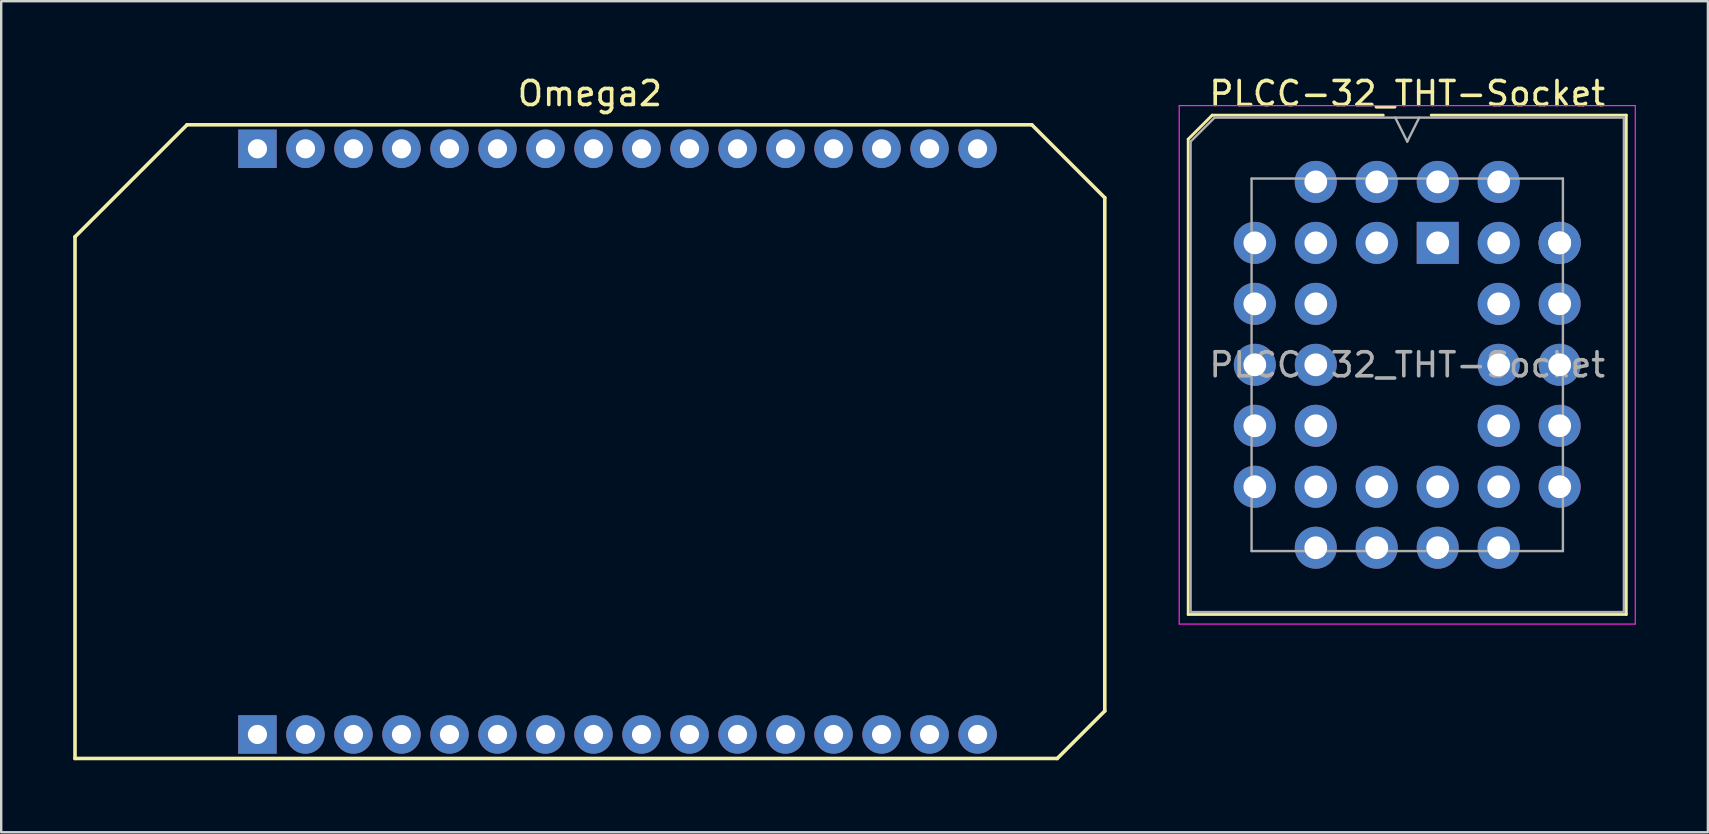
<source format=kicad_pcb>
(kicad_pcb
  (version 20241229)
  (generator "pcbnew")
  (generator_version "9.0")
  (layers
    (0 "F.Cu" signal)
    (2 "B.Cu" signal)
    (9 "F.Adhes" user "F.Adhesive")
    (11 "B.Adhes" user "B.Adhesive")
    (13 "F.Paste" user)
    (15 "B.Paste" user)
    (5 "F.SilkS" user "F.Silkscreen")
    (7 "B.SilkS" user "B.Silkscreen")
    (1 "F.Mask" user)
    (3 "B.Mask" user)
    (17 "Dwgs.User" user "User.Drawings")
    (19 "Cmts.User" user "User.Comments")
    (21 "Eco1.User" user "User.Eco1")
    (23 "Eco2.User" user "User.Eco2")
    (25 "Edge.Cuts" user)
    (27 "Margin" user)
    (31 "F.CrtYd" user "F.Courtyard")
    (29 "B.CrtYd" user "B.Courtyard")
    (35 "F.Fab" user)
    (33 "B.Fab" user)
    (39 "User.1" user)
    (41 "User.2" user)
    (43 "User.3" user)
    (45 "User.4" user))
  (footprint "PLCC-32_THT-Socket"
    (layer "F.Cu")
    (at 56.845 7.068)
    (property "Reference" "PLCC-32_THT-Socket" (at -1.27 -6.22 0) (layer "F.SilkS") (effects (font (size 1 1) (thickness 0.15))))
    (attr through_hole)
    (fp_line (start -10.395 -4.32) (end -10.395 15.48) (stroke (width 0.12) (type solid)) (layer "F.SilkS"))
    (fp_line (start -10.395 15.48) (end 7.855 15.48) (stroke (width 0.12) (type solid)) (layer "F.SilkS"))
    (fp_line (start -9.395 -5.32) (end -10.395 -4.32) (stroke (width 0.12) (type solid)) (layer "F.SilkS"))
    (fp_line (start -2.27 -5.32) (end -9.395 -5.32) (stroke (width 0.12) (type solid)) (layer "F.SilkS"))
    (fp_line (start 7.855 -5.32) (end -0.27 -5.32) (stroke (width 0.12) (type solid)) (layer "F.SilkS"))
    (fp_line (start 7.855 15.48) (end 7.855 -5.32) (stroke (width 0.12) (type solid)) (layer "F.SilkS"))
    (fp_line (start -10.77 -5.72) (end -10.77 15.88) (stroke (width 0.05) (type solid)) (layer "F.CrtYd"))
    (fp_line (start -10.77 15.88) (end 8.23 15.88) (stroke (width 0.05) (type solid)) (layer "F.CrtYd"))
    (fp_line (start 8.23 -5.72) (end -10.77 -5.72) (stroke (width 0.05) (type solid)) (layer "F.CrtYd"))
    (fp_line (start 8.23 15.88) (end 8.23 -5.72) (stroke (width 0.05) (type solid)) (layer "F.CrtYd"))
    (fp_line (start -10.295 -4.22) (end -10.295 15.38) (stroke (width 0.1) (type solid)) (layer "F.Fab"))
    (fp_line (start -10.295 15.38) (end 7.755 15.38) (stroke (width 0.1) (type solid)) (layer "F.Fab"))
    (fp_line (start -9.295 -5.22) (end -10.295 -4.22) (stroke (width 0.1) (type solid)) (layer "F.Fab"))
    (fp_line (start -7.755 -2.68) (end -7.755 12.84) (stroke (width 0.1) (type solid)) (layer "F.Fab"))
    (fp_line (start -7.755 12.84) (end 5.215 12.84) (stroke (width 0.1) (type solid)) (layer "F.Fab"))
    (fp_line (start -1.77 -5.22) (end -1.27 -4.22) (stroke (width 0.1) (type solid)) (layer "F.Fab"))
    (fp_line (start -1.27 -4.22) (end -0.77 -5.22) (stroke (width 0.1) (type solid)) (layer "F.Fab"))
    (fp_line (start 5.215 -2.68) (end -7.755 -2.68) (stroke (width 0.1) (type solid)) (layer "F.Fab"))
    (fp_line (start 5.215 12.84) (end 5.215 -2.68) (stroke (width 0.1) (type solid)) (layer "F.Fab"))
    (fp_line (start 7.755 -5.22) (end -9.295 -5.22) (stroke (width 0.1) (type solid)) (layer "F.Fab"))
    (fp_line (start 7.755 15.38) (end 7.755 -5.22) (stroke (width 0.1) (type solid)) (layer "F.Fab"))
    (fp_text user "${REFERENCE}" (at -1.27 5.08 0) (layer "F.Fab") (effects (font (size 1 1) (thickness 0.15))))
    (pad "1" thru_hole rect (at 0 0) (size 1.75 1.75) (drill 0.95) (layers "*.Cu" "*.Mask"))
    (pad "2" thru_hole circle (at -2.54 -2.54) (size 1.75 1.75) (drill 0.95) (layers "*.Cu" "*.Mask"))
    (pad "3" thru_hole circle (at -2.54 0) (size 1.75 1.75) (drill 0.95) (layers "*.Cu" "*.Mask"))
    (pad "4" thru_hole circle (at -5.08 -2.54) (size 1.75 1.75) (drill 0.95) (layers "*.Cu" "*.Mask"))
    (pad "5" thru_hole circle (at -7.62 0) (size 1.75 1.75) (drill 0.95) (layers "*.Cu" "*.Mask"))
    (pad "6" thru_hole circle (at -5.08 0) (size 1.75 1.75) (drill 0.95) (layers "*.Cu" "*.Mask"))
    (pad "7" thru_hole circle (at -7.62 2.54) (size 1.75 1.75) (drill 0.95) (layers "*.Cu" "*.Mask"))
    (pad "8" thru_hole circle (at -5.08 2.54) (size 1.75 1.75) (drill 0.95) (layers "*.Cu" "*.Mask"))
    (pad "9" thru_hole circle (at -7.62 5.08) (size 1.75 1.75) (drill 0.95) (layers "*.Cu" "*.Mask"))
    (pad "10" thru_hole circle (at -5.08 5.08) (size 1.75 1.75) (drill 0.95) (layers "*.Cu" "*.Mask"))
    (pad "11" thru_hole circle (at -7.62 7.62) (size 1.75 1.75) (drill 0.95) (layers "*.Cu" "*.Mask"))
    (pad "12" thru_hole circle (at -5.08 7.62) (size 1.75 1.75) (drill 0.95) (layers "*.Cu" "*.Mask"))
    (pad "13" thru_hole circle (at -7.62 10.16) (size 1.75 1.75) (drill 0.95) (layers "*.Cu" "*.Mask"))
    (pad "14" thru_hole circle (at -5.08 12.7) (size 1.75 1.75) (drill 0.95) (layers "*.Cu" "*.Mask"))
    (pad "15" thru_hole circle (at -5.08 10.16) (size 1.75 1.75) (drill 0.95) (layers "*.Cu" "*.Mask"))
    (pad "16" thru_hole circle (at -2.54 12.7) (size 1.75 1.75) (drill 0.95) (layers "*.Cu" "*.Mask"))
    (pad "17" thru_hole circle (at -2.54 10.16) (size 1.75 1.75) (drill 0.95) (layers "*.Cu" "*.Mask"))
    (pad "18" thru_hole circle (at 0 12.7) (size 1.75 1.75) (drill 0.95) (layers "*.Cu" "*.Mask"))
    (pad "19" thru_hole circle (at 0 10.16) (size 1.75 1.75) (drill 0.95) (layers "*.Cu" "*.Mask"))
    (pad "20" thru_hole circle (at 2.54 12.7) (size 1.75 1.75) (drill 0.95) (layers "*.Cu" "*.Mask"))
    (pad "21" thru_hole circle (at 5.08 10.16) (size 1.75 1.75) (drill 0.95) (layers "*.Cu" "*.Mask"))
    (pad "22" thru_hole circle (at 2.54 10.16) (size 1.75 1.75) (drill 0.95) (layers "*.Cu" "*.Mask"))
    (pad "23" thru_hole circle (at 5.08 7.62) (size 1.75 1.75) (drill 0.95) (layers "*.Cu" "*.Mask"))
    (pad "24" thru_hole circle (at 2.54 7.62) (size 1.75 1.75) (drill 0.95) (layers "*.Cu" "*.Mask"))
    (pad "25" thru_hole circle (at 5.08 5.08) (size 1.75 1.75) (drill 0.95) (layers "*.Cu" "*.Mask"))
    (pad "26" thru_hole circle (at 2.54 5.08) (size 1.75 1.75) (drill 0.95) (layers "*.Cu" "*.Mask"))
    (pad "27" thru_hole circle (at 5.08 2.54) (size 1.75 1.75) (drill 0.95) (layers "*.Cu" "*.Mask"))
    (pad "28" thru_hole circle (at 2.54 2.54) (size 1.75 1.75) (drill 0.95) (layers "*.Cu" "*.Mask"))
    (pad "29" thru_hole circle (at 5.08 0) (size 1.75 1.75) (drill 0.95) (layers "*.Cu" "*.Mask"))
    (pad "29" thru_hole circle (at 5.08 0) (size 1.75 1.75) (drill 0.95) (layers "*.Cu" "*.Mask"))
    (pad "30" thru_hole circle (at 2.54 -2.54) (size 1.75 1.75) (drill 0.95) (layers "*.Cu" "*.Mask"))
    (pad "31" thru_hole circle (at 2.54 0) (size 1.75 1.75) (drill 0.95) (layers "*.Cu" "*.Mask"))
    (pad "32" thru_hole circle (at 0 -2.54) (size 1.75 1.75) (drill 0.95) (layers "*.Cu" "*.Mask")))
  (footprint "Omega2"
    (layer "F.Cu")
    (at 21.525 15.348)
    (property "Reference" "Omega2" (at 0 -14.5 0) (layer "F.SilkS") (effects (font (size 1 1) (thickness 0.15))))
    (attr through_hole)
    (fp_line (start -21.45 -8.533) (end -21.45 13.2) (stroke (width 0.15) (type solid)) (layer "F.SilkS"))
    (fp_line (start -21.45 -8.533) (end -16.783 -13.2) (stroke (width 0.15) (type solid)) (layer "F.SilkS"))
    (fp_line (start -21.45 13.2) (end 19.47 13.2) (stroke (width 0.15) (type solid)) (layer "F.SilkS"))
    (fp_line (start -16.783 -13.2) (end 18.409 -13.2) (stroke (width 0.15) (type solid)) (layer "F.SilkS"))
    (fp_line (start 18.409 -13.2) (end 21.45 -10.159) (stroke (width 0.15) (type solid)) (layer "F.SilkS"))
    (fp_line (start 19.47 13.2) (end 21.45 11.22) (stroke (width 0.15) (type solid)) (layer "F.SilkS"))
    (fp_line (start 21.45 -10.159) (end 21.45 11.22) (stroke (width 0.15) (type solid)) (layer "F.SilkS"))
    (pad "A1" thru_hole rect (at -13.85 12.2) (size 1.6 1.6) (drill 0.8) (layers "*.Cu" "*.Mask"))
    (pad "A2" thru_hole circle (at -11.85 12.2) (size 1.6 1.6) (drill 0.8) (layers "*.Cu" "*.Mask"))
    (pad "A3" thru_hole circle (at -9.85 12.2) (size 1.6 1.6) (drill 0.8) (layers "*.Cu" "*.Mask"))
    (pad "A4" thru_hole circle (at -7.85 12.2) (size 1.6 1.6) (drill 0.8) (layers "*.Cu" "*.Mask"))
    (pad "A5" thru_hole circle (at -5.85 12.2) (size 1.6 1.6) (drill 0.8) (layers "*.Cu" "*.Mask"))
    (pad "A6" thru_hole circle (at -3.85 12.2) (size 1.6 1.6) (drill 0.8) (layers "*.Cu" "*.Mask"))
    (pad "A7" thru_hole circle (at -1.85 12.2) (size 1.6 1.6) (drill 0.8) (layers "*.Cu" "*.Mask"))
    (pad "A8" thru_hole circle (at 0.15 12.2) (size 1.6 1.6) (drill 0.8) (layers "*.Cu" "*.Mask"))
    (pad "A9" thru_hole circle (at 2.15 12.2) (size 1.6 1.6) (drill 0.8) (layers "*.Cu" "*.Mask"))
    (pad "A10" thru_hole circle (at 4.15 12.2) (size 1.6 1.6) (drill 0.8) (layers "*.Cu" "*.Mask"))
    (pad "A11" thru_hole circle (at 6.15 12.2) (size 1.6 1.6) (drill 0.8) (layers "*.Cu" "*.Mask"))
    (pad "A12" thru_hole circle (at 8.15 12.2) (size 1.6 1.6) (drill 0.8) (layers "*.Cu" "*.Mask"))
    (pad "A13" thru_hole circle (at 10.15 12.2) (size 1.6 1.6) (drill 0.8) (layers "*.Cu" "*.Mask"))
    (pad "A14" thru_hole circle (at 12.15 12.2) (size 1.6 1.6) (drill 0.8) (layers "*.Cu" "*.Mask"))
    (pad "A15" thru_hole circle (at 14.15 12.2) (size 1.6 1.6) (drill 0.8) (layers "*.Cu" "*.Mask"))
    (pad "A16" thru_hole circle (at 16.15 12.2) (size 1.6 1.6) (drill 0.8) (layers "*.Cu" "*.Mask"))
    (pad "B1" thru_hole rect (at -13.85 -12.2) (size 1.6 1.6) (drill 0.8) (layers "*.Cu" "*.Mask"))
    (pad "B2" thru_hole circle (at -11.85 -12.2) (size 1.6 1.6) (drill 0.8) (layers "*.Cu" "*.Mask"))
    (pad "B3" thru_hole circle (at -9.85 -12.2) (size 1.6 1.6) (drill 0.8) (layers "*.Cu" "*.Mask"))
    (pad "B4" thru_hole circle (at -7.85 -12.2) (size 1.6 1.6) (drill 0.8) (layers "*.Cu" "*.Mask"))
    (pad "B5" thru_hole circle (at -5.85 -12.2) (size 1.6 1.6) (drill 0.8) (layers "*.Cu" "*.Mask"))
    (pad "B6" thru_hole circle (at -3.85 -12.2) (size 1.6 1.6) (drill 0.8) (layers "*.Cu" "*.Mask"))
    (pad "B7" thru_hole circle (at -1.85 -12.2) (size 1.6 1.6) (drill 0.8) (layers "*.Cu" "*.Mask"))
    (pad "B8" thru_hole circle (at 0.15 -12.2) (size 1.6 1.6) (drill 0.8) (layers "*.Cu" "*.Mask"))
    (pad "B9" thru_hole circle (at 2.15 -12.2) (size 1.6 1.6) (drill 0.8) (layers "*.Cu" "*.Mask"))
    (pad "B10" thru_hole circle (at 4.15 -12.2) (size 1.6 1.6) (drill 0.8) (layers "*.Cu" "*.Mask"))
    (pad "B11" thru_hole circle (at 6.15 -12.2) (size 1.6 1.6) (drill 0.8) (layers "*.Cu" "*.Mask"))
    (pad "B12" thru_hole circle (at 8.15 -12.2) (size 1.6 1.6) (drill 0.8) (layers "*.Cu" "*.Mask"))
    (pad "B13" thru_hole circle (at 10.15 -12.2) (size 1.6 1.6) (drill 0.8) (layers "*.Cu" "*.Mask"))
    (pad "B14" thru_hole circle (at 12.15 -12.2) (size 1.6 1.6) (drill 0.8) (layers "*.Cu" "*.Mask"))
    (pad "B15" thru_hole circle (at 14.15 -12.2) (size 1.6 1.6) (drill 0.8) (layers "*.Cu" "*.Mask"))
    (pad "B16" thru_hole circle (at 16.15 -12.2) (size 1.6 1.6) (drill 0.8) (layers "*.Cu" "*.Mask")))
  (gr_rect
    (start -3 -3)
    (end 68.1 31.623)
    (stroke (width 0.1) (type default))
    (fill no)
    (layer "Edge.Cuts")))
</source>
